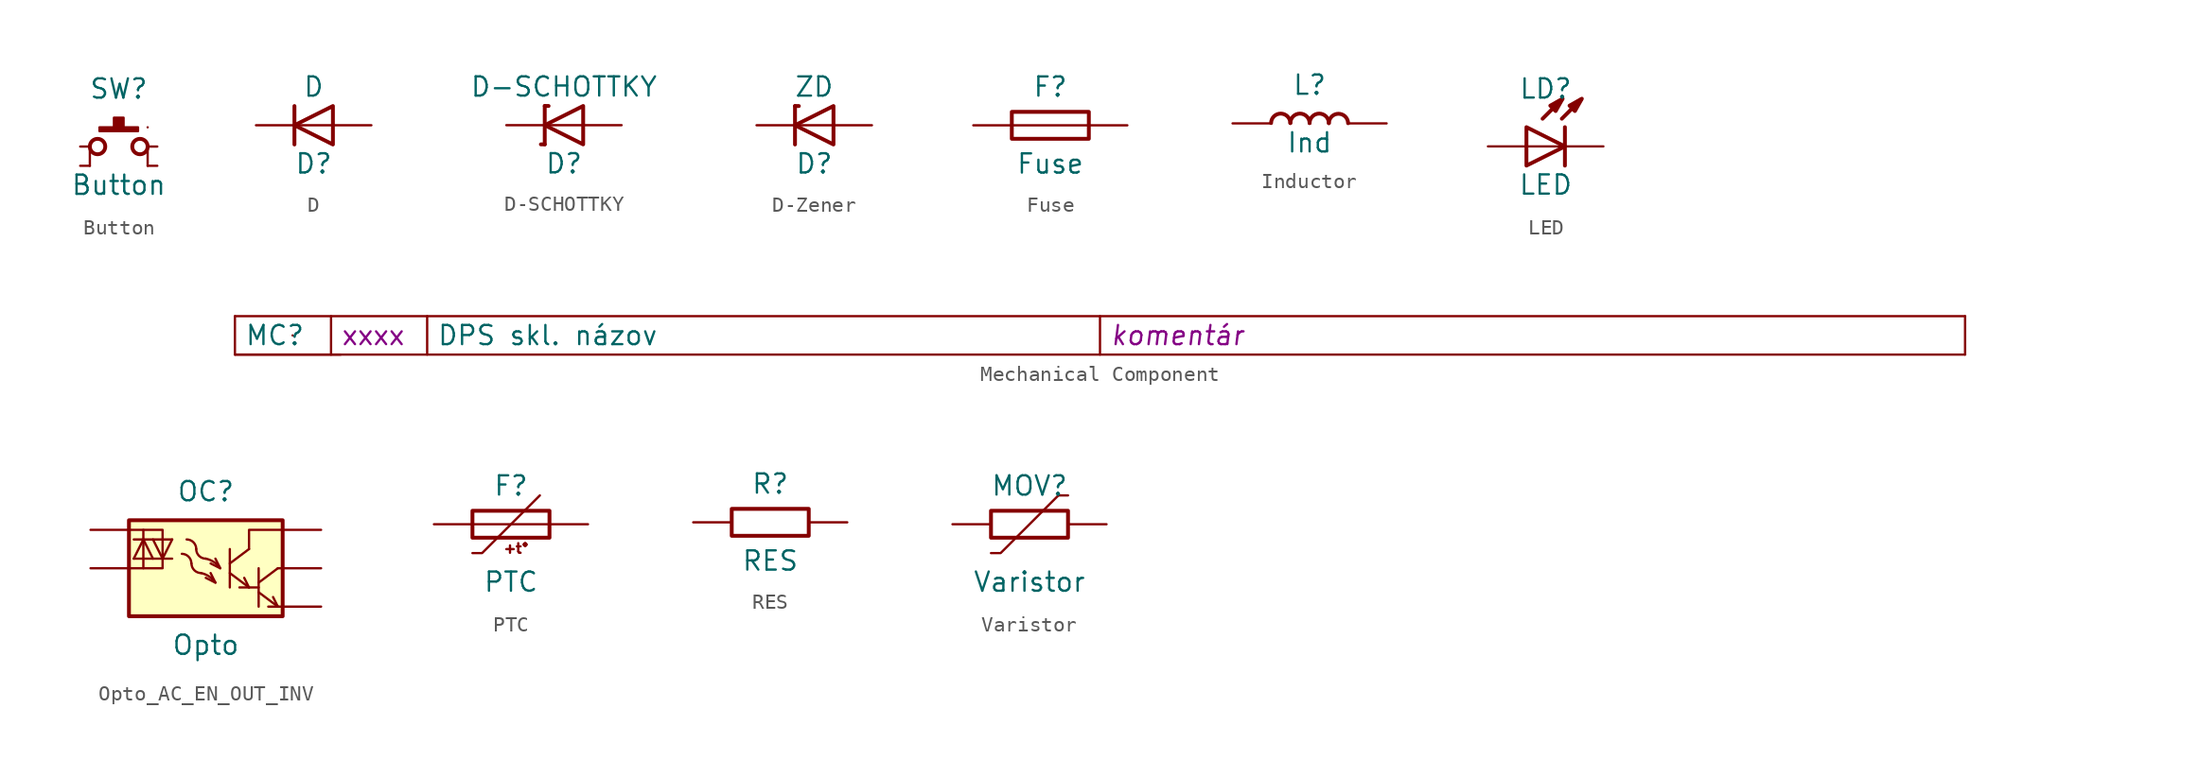
<source format=kicad_sym>
(kicad_symbol_lib
  (version 20220914)
  (generator kicad_symbol_editor)
  (symbol "Button"
    (pin_numbers hide)
    (pin_names
      (offset 0) hide)
    (property "Reference" "SW"
      (at 0 3.81 0)
      (effects (font (size 1.27 1.27))))
    (property "Value" "Button"
      (at 0 -2.54 0)
      (effects (font (size 1.27 1.27))))
    (symbol "Button_0_1"
      (circle (center -1.397 0) (radius 0.508) (stroke (width 0.254) (type default)) (fill (type none)))
      (rectangle (start -1.27 1.27) (end 1.27 1.016) (stroke (width 0.152) (type default)) (fill (type outline)))
      (rectangle (start -0.318 1.905) (end 0.318 1.27) (stroke (width 0.152) (type default)) (fill (type outline)))
      (polyline (pts (xy -1.905 -1.27) (xy -1.905 0)) (stroke (width 0.152) (type default)) (fill (type none)))
      (polyline (pts (xy 1.905 -1.27) (xy 1.905 0)) (stroke (width 0.152) (type default)) (fill (type none)))
      (circle (center 1.397 0) (radius 0.508) (stroke (width 0.254) (type default)) (fill (type none)))
      (rectangle (start 1.905 1.27) (end 1.905 1.27) (stroke (width 0.152) (type default)) (fill (type none))))
    (symbol "Button_1_1"
      (pin passive line (at -2.54 -1.27 0) (length 0.635) (name "1" (effects (font (size 1.27 1.27)))) (number "1" (effects (font (size 1.27 1.27)))))
      (pin passive line (at -2.54 0 0) (length 0.635) (name "1" (effects (font (size 1.27 1.27)))) (number "1" (effects (font (size 1.27 1.27)))))
      (pin passive line (at 2.54 -1.27 180) (length 0.635) (name "1" (effects (font (size 1.27 1.27)))) (number "1" (effects (font (size 1.27 1.27)))))
      (pin passive line (at 2.54 0 180) (length 0.635) (name "2" (effects (font (size 1.27 1.27)))) (number "2" (effects (font (size 1.27 1.27)))))))
  (symbol "D"
    (pin_numbers hide)
    (pin_names
      (offset 1.016) hide)
    (property "Reference" "D"
      (at 0 -2.54 0)
      (effects (font (size 1.27 1.27))))
    (property "Value" "D"
      (at 0 2.54 0)
      (effects (font (size 1.27 1.27))))
    (symbol "D_0_0"
      (polyline (pts (xy -1.27 0) (xy 1.27 0)) (stroke (width 0.152) (type default)) (fill (type none))))
    (symbol "D_0_1"
      (polyline (pts (xy -1.27 -1.27) (xy -1.27 1.27)) (stroke (width 0.254) (type default)) (fill (type none)))
      (polyline (pts (xy 1.27 -1.27) (xy 1.27 1.27) (xy -1.27 0) (xy 1.27 -1.27)) (stroke (width 0.254) (type default)) (fill (type none))))
    (symbol "D_1_1"
      (pin passive line (at -3.81 0 0) (length 2.54) (name "C" (effects (font (size 1.27 1.27)))) (number "1" (effects (font (size 1.27 1.27)))))
      (pin passive line (at 3.81 0 180) (length 2.54) (name "A" (effects (font (size 1.27 1.27)))) (number "2" (effects (font (size 1.27 1.27)))))))
  (symbol "D-SCHOTTKY"
    (pin_numbers hide)
    (pin_names
      (offset 1.016) hide)
    (property "Reference" "D"
      (at 0 -2.54 0)
      (effects (font (size 1.27 1.27))))
    (property "Value" "D-SCHOTTKY"
      (at 0 2.54 0)
      (effects (font (size 1.27 1.27))))
    (symbol "D-SCHOTTKY_0_0"
      (polyline (pts (xy -1.27 0) (xy 1.27 0)) (stroke (width 0.152) (type default)) (fill (type none))))
    (symbol "D-SCHOTTKY_0_1"
      (polyline (pts (xy -1.524 -1.27) (xy -1.27 -1.27)) (stroke (width 0.254) (type default)) (fill (type none)))
      (polyline (pts (xy -1.27 -1.27) (xy -1.27 1.27)) (stroke (width 0.254) (type default)) (fill (type none)))
      (polyline (pts (xy -1.27 1.27) (xy -1.016 1.27)) (stroke (width 0.254) (type default)) (fill (type none)))
      (polyline (pts (xy 1.27 -1.27) (xy 1.27 1.27) (xy -1.27 0) (xy 1.27 -1.27)) (stroke (width 0.254) (type default)) (fill (type none))))
    (symbol "D-SCHOTTKY_1_1"
      (pin passive line (at -3.81 0 0) (length 2.54) (name "C" (effects (font (size 1.27 1.27)))) (number "1" (effects (font (size 1.27 1.27)))))
      (pin passive line (at 3.81 0 180) (length 2.54) (name "A" (effects (font (size 1.27 1.27)))) (number "2" (effects (font (size 1.27 1.27)))))))
  (symbol "D-Zener"
    (pin_numbers hide)
    (pin_names
      (offset 1.016) hide)
    (property "Reference" "D"
      (at 0 -2.54 0)
      (effects (font (size 1.27 1.27))))
    (property "Value" "ZD"
      (at 0 2.54 0)
      (effects (font (size 1.27 1.27))))
    (symbol "D-Zener_0_0"
      (polyline (pts (xy -1.27 0) (xy 1.27 0)) (stroke (width 0.152) (type default)) (fill (type none))))
    (symbol "D-Zener_0_1"
      (polyline (pts (xy -1.27 -1.27) (xy -1.27 1.27)) (stroke (width 0.254) (type default)) (fill (type none)))
      (polyline (pts (xy -1.27 1.27) (xy -1.016 1.27)) (stroke (width 0.254) (type default)) (fill (type none)))
      (polyline (pts (xy 1.27 -1.27) (xy 1.27 1.27) (xy -1.27 0) (xy 1.27 -1.27)) (stroke (width 0.254) (type default)) (fill (type none))))
    (symbol "D-Zener_1_1"
      (pin passive line (at -3.81 0 0) (length 2.54) (name "C" (effects (font (size 1.27 1.27)))) (number "1" (effects (font (size 1.27 1.27)))))
      (pin passive line (at 3.81 0 180) (length 2.54) (name "A" (effects (font (size 1.27 1.27)))) (number "2" (effects (font (size 1.27 1.27)))))))
  (symbol "Fuse"
    (pin_numbers hide)
    (pin_names
      (offset 0) hide)
    (property "Reference" "F"
      (at 0 2.54 0)
      (effects (font (size 1.27 1.27))))
    (property "Value" "Fuse"
      (at 0 -2.54 0)
      (effects (font (size 1.27 1.27))))
    (symbol "Fuse_0_1"
      (rectangle (start -2.54 0.889) (end 2.54 -0.889) (stroke (width 0.254) (type default)) (fill (type none)))
      (polyline (pts (xy 2.54 0) (xy -2.54 0)) (stroke (width 0) (type default)) (fill (type none))))
    (symbol "Fuse_1_1"
      (pin passive line (at -5.08 0 0) (length 2.54) (name "1" (effects (font (size 1.27 1.27)))) (number "1" (effects (font (size 1.27 1.27)))))
      (pin passive line (at 5.08 0 180) (length 2.54) (name "2" (effects (font (size 1.27 1.27)))) (number "2" (effects (font (size 1.27 1.27)))))))
  (symbol "Inductor"
    (pin_numbers hide)
    (pin_names
      (offset 0) hide)
    (property "Reference" "L"
      (at 0 2.54 0)
      (effects (font (size 1.27 1.27))))
    (property "Value" "Ind"
      (at 0 -1.27 0)
      (effects (font (size 1.27 1.27))))
    (symbol "Inductor_1_1"
      (arc (start -1.27 0.0226) (mid -1.905 0.6464) (end -2.54 0.0226) (stroke (width 0.254) (type default)) (fill (type none)))
      (arc (start 0 0.0226) (mid -0.635 0.6464) (end -1.27 0.0226) (stroke (width 0.254) (type default)) (fill (type none)))
      (arc (start 1.27 0.0226) (mid 0.635 0.6464) (end 0 0.0226) (stroke (width 0.254) (type default)) (fill (type none)))
      (arc (start 2.54 0.0113) (mid 1.905 0.6351) (end 1.27 0.0113) (stroke (width 0.254) (type default)) (fill (type none)))
      (pin passive line (at -5.08 0 0) (length 2.54) (name "1" (effects (font (size 1.27 1.27)))) (number "1" (effects (font (size 1.27 1.27)))))
      (pin passive line (at 5.08 0 180) (length 2.54) (name "2" (effects (font (size 1.27 1.27)))) (number "2" (effects (font (size 1.27 1.27)))))))
  (symbol "LED"
    (pin_numbers hide)
    (pin_names
      (offset 1.016) hide)
    (property "Reference" "LD"
      (at 0 3.81 0)
      (effects (font (size 1.27 1.27))))
    (property "Value" "LED"
      (at 0 -2.54 0)
      (effects (font (size 1.27 1.27))))
    (property "Z-SYSCODE" ""
      (at 0 0 0)
      (effects (font (size 1.27 1.27))))
    (property "Assembly_Note" ""
      (at 0 0 0)
      (effects (font (size 1.27 1.27))))
    (property "Comment" ""
      (at 0 0 0)
      (effects (font (size 1.27 1.27))))
    (symbol "LED_0_0"
      (polyline (pts (xy -0.203 1.829) (xy 1.067 3.099)) (stroke (width 0.254) (type default)) (fill (type none)))
      (polyline (pts (xy 1.067 1.829) (xy 2.337 3.099)) (stroke (width 0.254) (type default)) (fill (type none)))
      (polyline (pts (xy 1.27 0) (xy -1.27 0)) (stroke (width 0.152) (type default)) (fill (type none)))
      (polyline (pts (xy 1.118 3.15) (xy 0.66 2.337) (xy 0.305 2.692) (xy 1.118 3.15)) (stroke (width 0.254) (type default)) (fill (type outline)))
      (polyline (pts (xy 2.388 3.15) (xy 1.93 2.337) (xy 1.575 2.692) (xy 2.388 3.15)) (stroke (width 0.254) (type default)) (fill (type outline))))
    (symbol "LED_0_1"
      (polyline (pts (xy 1.27 1.27) (xy 1.27 -1.27)) (stroke (width 0.254) (type default)) (fill (type none)))
      (polyline (pts (xy -1.27 1.27) (xy -1.27 -1.27) (xy 1.27 0) (xy -1.27 1.27)) (stroke (width 0.254) (type default)) (fill (type none))))
    (symbol "LED_1_1"
      (pin passive line (at 3.81 0 180) (length 2.54) (name "C" (effects (font (size 1.27 1.27)))) (number "1" (effects (font (size 1.27 1.27)))))
      (pin passive line (at -3.81 0 0) (length 2.54) (name "A" (effects (font (size 1.27 1.27)))) (number "2" (effects (font (size 1.27 1.27)))))))
  (symbol "Mechanical Component"
    (pin_numbers hide)
    (pin_names
      (offset 0) hide)
    (property "Reference" "MC"
      (at 0.635 1.27 0)
      (do_not_autoplace)
      (effects (font (size 1.27 1.27)) (justify left)))
    (property "Value" "DPS skl. názov"
      (at 13.335 1.27 0)
      (do_not_autoplace)
      (effects (font (size 1.27 1.27)) (justify left)))
    (property "Z-SYSCODE" "xxxx"
      (at 6.985 1.27 0)
      (do_not_autoplace)
      (effects (font (size 1.27 1.27)) (justify left)))
    (property "Assembly_Note" "komentár"
      (at 57.785 1.27 0)
      (do_not_autoplace)
      (effects (font (size 1.27 1.27) italic) (justify left)))
    (symbol "Mechanical Component_0_1"
      (polyline (pts (xy 0 0) (xy 0 2.54)) (stroke (width 0.152) (type default)) (fill (type none)))
      (polyline (pts (xy 6.35 0) (xy 6.35 2.54)) (stroke (width 0.152) (type default)) (fill (type none)))
      (polyline (pts (xy 6.985 0) (xy 0 0)) (stroke (width 0.152) (type default)) (fill (type none)))
      (polyline (pts (xy 12.7 0) (xy 12.7 2.54)) (stroke (width 0.152) (type default)) (fill (type none)))
      (polyline (pts (xy 57.15 0) (xy 57.15 2.54)) (stroke (width 0.152) (type default)) (fill (type none)))
      (polyline (pts (xy 114.3 0) (xy 0 0)) (stroke (width 0.152) (type default)) (fill (type none)))
      (polyline (pts (xy 114.3 0) (xy 114.3 2.54)) (stroke (width 0.152) (type default)) (fill (type none)))
      (polyline (pts (xy 114.3 2.54) (xy 0 2.54)) (stroke (width 0.152) (type default)) (fill (type none)))
      (rectangle (start 3.81 1.27) (end 3.81 1.27) (stroke (width 0.152) (type default)) (fill (type none)))))
  (symbol "Opto_AC_EN_OUT_INV"
    (pin_names hide)
    (property "Reference" "OC"
      (at 0 5.08 0)
      (effects (font (size 1.27 1.27))))
    (property "Value" "Opto"
      (at 0 -5.08 0)
      (effects (font (size 1.27 1.27))))
    (symbol "Opto_AC_EN_OUT_INV_0_1"
      (rectangle (start -5.08 3.175) (end 5.08 -3.175) (stroke (width 0.254) (type default)) (fill (type background)))
      (arc (start -0.9525 0.3175) (mid -0.7659 -0.1309) (end -0.3175 -0.3175) (stroke (width 0) (type default)) (fill (type none)))
      (arc (start -0.9504 0.3196) (mid -1.137 0.768) (end -1.5854 0.9546) (stroke (width 0) (type default)) (fill (type none)))
      (arc (start -0.635 1.27) (mid -0.4484 0.8216) (end 0 0.635) (stroke (width 0) (type default)) (fill (type none)))
      (arc (start -0.6329 1.2721) (mid -0.8195 1.7205) (end -1.2679 1.9071) (stroke (width 0) (type default)) (fill (type none)))
      (polyline (pts (xy -4.763 0.635) (xy -2.223 0.635)) (stroke (width 0) (type default)) (fill (type none)))
      (polyline (pts (xy -4.763 1.905) (xy -2.223 1.905)) (stroke (width 0) (type default)) (fill (type none)))
      (polyline (pts (xy -4.128 1.905) (xy -4.763 0.635)) (stroke (width 0) (type default)) (fill (type none)))
      (polyline (pts (xy -4.128 1.905) (xy -3.493 0.635)) (stroke (width 0) (type default)) (fill (type none)))
      (polyline (pts (xy -4.128 2.54) (xy -4.128 0)) (stroke (width 0) (type default)) (fill (type none)))
      (polyline (pts (xy -2.857 0.635) (xy -3.493 1.905)) (stroke (width 0) (type default)) (fill (type none)))
      (polyline (pts (xy -2.857 0.635) (xy -2.223 1.905)) (stroke (width 0) (type default)) (fill (type none)))
      (polyline (pts (xy 1.587 -0.318) (xy 2.857 -1.27)) (stroke (width 0) (type default)) (fill (type none)))
      (polyline (pts (xy 1.587 0.318) (xy 2.857 1.27)) (stroke (width 0) (type default)) (fill (type none)))
      (polyline (pts (xy 1.587 1.27) (xy 1.587 -1.27)) (stroke (width 0) (type default)) (fill (type none)))
      (polyline (pts (xy 2.857 -1.27) (xy 2.54 -0.635)) (stroke (width 0) (type default)) (fill (type none)))
      (polyline (pts (xy 3.493 -1.587) (xy 4.763 -2.54)) (stroke (width 0) (type default)) (fill (type none)))
      (polyline (pts (xy 3.493 -1.27) (xy 2.223 -1.27)) (stroke (width 0) (type default)) (fill (type none)))
      (polyline (pts (xy 3.493 -0.953) (xy 4.763 0)) (stroke (width 0) (type default)) (fill (type none)))
      (polyline (pts (xy 3.493 0) (xy 3.493 -2.54)) (stroke (width 0) (type default)) (fill (type none)))
      (polyline (pts (xy 4.763 -2.54) (xy 4.128 -2.54)) (stroke (width 0) (type default)) (fill (type none)))
      (polyline (pts (xy 4.763 -2.54) (xy 4.445 -1.905)) (stroke (width 0) (type default)) (fill (type none)))
      (polyline (pts (xy 5.08 -2.54) (xy 4.763 -2.54)) (stroke (width 0) (type default)) (fill (type none)))
      (polyline (pts (xy 5.08 0) (xy 4.763 0)) (stroke (width 0) (type default)) (fill (type none)))
      (polyline (pts (xy 0 -0.635) (xy 0.635 -0.953) (xy 0.318 -0.318)) (stroke (width 0) (type default)) (fill (type none)))
      (polyline (pts (xy 0.318 0.318) (xy 0.953 0) (xy 0.635 0.635)) (stroke (width 0) (type default)) (fill (type none)))
      (polyline (pts (xy 5.08 2.54) (xy 2.857 2.54) (xy 2.857 1.27)) (stroke (width 0) (type default)) (fill (type none)))
      (polyline (pts (xy -5.08 2.54) (xy -2.857 2.54) (xy -2.857 0) (xy -5.08 0)) (stroke (width 0) (type default)) (fill (type none)))
      (arc (start 0.635 -0.9525) (mid 0.2193 -0.5441) (end -0.3175 -0.3175) (stroke (width 0) (type default)) (fill (type none)))
      (arc (start 0.9525 0) (mid 0.5368 0.4084) (end 0 0.635) (stroke (width 0) (type default)) (fill (type none))))
    (symbol "Opto_AC_EN_OUT_INV_1_1"
      (pin passive line (at -7.62 2.54 0) (length 2.54) (name "AC1" (effects (font (size 1.27 1.27)))) (number "" (effects (font (size 1.27 1.27)))))
      (pin passive line (at -7.62 0 0) (length 2.54) (name "AC2" (effects (font (size 1.27 1.27)))) (number "" (effects (font (size 1.27 1.27)))))
      (pin passive line (at 7.62 2.54 180) (length 2.54) (name "C1" (effects (font (size 1.27 1.27)))) (number "" (effects (font (size 1.27 1.27)))))
      (pin passive line (at 7.62 0 180) (length 2.54) (name "C2" (effects (font (size 1.27 1.27)))) (number "" (effects (font (size 1.27 1.27)))))
      (pin passive line (at 7.62 -2.54 180) (length 2.54) (name "E" (effects (font (size 1.27 1.27)))) (number "" (effects (font (size 1.27 1.27)))))))
  (symbol "PTC"
    (pin_numbers hide)
    (pin_names
      (offset 0) hide)
    (property "Reference" "F"
      (at 0 2.54 0)
      (effects (font (size 1.27 1.27))))
    (property "Value" "PTC"
      (at 0 -3.81 0)
      (effects (font (size 1.27 1.27))))
    (symbol "PTC_0_0"
      (text "+t°" (at 0.36 -1.597 0) (effects (font (size 0.635 0.635)))))
    (symbol "PTC_0_1"
      (rectangle (start -2.54 0.889) (end 2.54 -0.889) (stroke (width 0.254) (type default)) (fill (type none)))
      (polyline (pts (xy 2.54 0) (xy -2.54 0)) (stroke (width 0) (type default)) (fill (type none)))
      (polyline (pts (xy -2.54 -1.905) (xy -1.905 -1.905) (xy 1.905 1.905) (xy 1.905 1.905)) (stroke (width 0) (type default)) (fill (type none))))
    (symbol "PTC_1_1"
      (pin passive line (at -5.08 0 0) (length 2.54) (name "1" (effects (font (size 1.27 1.27)))) (number "1" (effects (font (size 1.27 1.27)))))
      (pin passive line (at 5.08 0 180) (length 2.54) (name "2" (effects (font (size 1.27 1.27)))) (number "2" (effects (font (size 1.27 1.27)))))))
  (symbol "RES"
    (pin_numbers hide)
    (pin_names
      (offset 0) hide)
    (property "Reference" "R"
      (at 0 2.54 0)
      (effects (font (size 1.27 1.27))))
    (property "Value" "RES"
      (at 0 -2.54 0)
      (effects (font (size 1.27 1.27))))
    (symbol "RES_0_1"
      (rectangle (start -2.54 0.889) (end 2.54 -0.889) (stroke (width 0.254) (type default)) (fill (type none))))
    (symbol "RES_1_1"
      (pin passive line (at -5.08 0 0) (length 2.54) (name "1" (effects (font (size 1.27 1.27)))) (number "1" (effects (font (size 1.27 1.27)))))
      (pin passive line (at 5.08 0 180) (length 2.54) (name "2" (effects (font (size 1.27 1.27)))) (number "2" (effects (font (size 1.27 1.27)))))))
  (symbol "Varistor"
    (pin_numbers hide)
    (pin_names
      (offset 0) hide)
    (property "Reference" "MOV"
      (at 0 2.54 0)
      (effects (font (size 1.27 1.27))))
    (property "Value" "Varistor"
      (at 0 -3.81 0)
      (effects (font (size 1.27 1.27))))
    (symbol "Varistor_0_1"
      (rectangle (start -2.54 0.889) (end 2.54 -0.889) (stroke (width 0.254) (type default)) (fill (type none)))
      (polyline (pts (xy 1.905 1.905) (xy 2.54 1.905)) (stroke (width 0) (type default)) (fill (type none)))
      (polyline (pts (xy -2.54 -1.905) (xy -1.905 -1.905) (xy 1.905 1.905) (xy 1.905 1.905)) (stroke (width 0) (type default)) (fill (type none))))
    (symbol "Varistor_1_1"
      (pin passive line (at -5.08 0 0) (length 2.54) (name "1" (effects (font (size 1.27 1.27)))) (number "1" (effects (font (size 1.27 1.27)))))
      (pin passive line (at 5.08 0 180) (length 2.54) (name "2" (effects (font (size 1.27 1.27)))) (number "2" (effects (font (size 1.27 1.27))))))))
</source>
